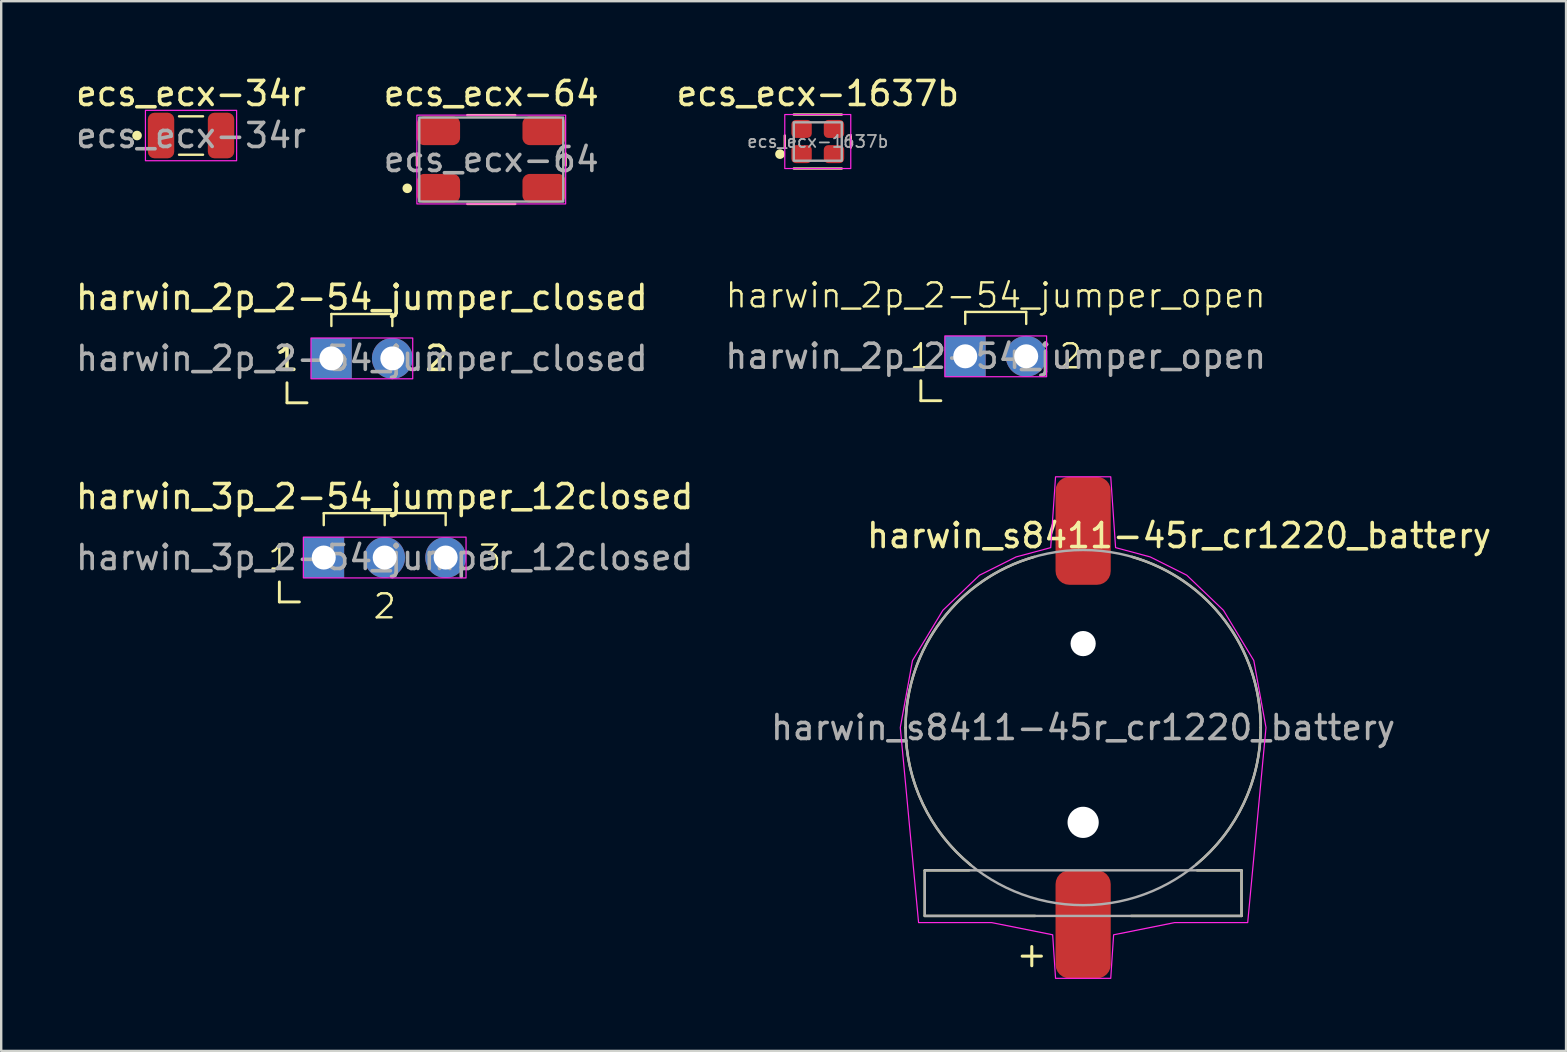
<source format=kicad_pcb>
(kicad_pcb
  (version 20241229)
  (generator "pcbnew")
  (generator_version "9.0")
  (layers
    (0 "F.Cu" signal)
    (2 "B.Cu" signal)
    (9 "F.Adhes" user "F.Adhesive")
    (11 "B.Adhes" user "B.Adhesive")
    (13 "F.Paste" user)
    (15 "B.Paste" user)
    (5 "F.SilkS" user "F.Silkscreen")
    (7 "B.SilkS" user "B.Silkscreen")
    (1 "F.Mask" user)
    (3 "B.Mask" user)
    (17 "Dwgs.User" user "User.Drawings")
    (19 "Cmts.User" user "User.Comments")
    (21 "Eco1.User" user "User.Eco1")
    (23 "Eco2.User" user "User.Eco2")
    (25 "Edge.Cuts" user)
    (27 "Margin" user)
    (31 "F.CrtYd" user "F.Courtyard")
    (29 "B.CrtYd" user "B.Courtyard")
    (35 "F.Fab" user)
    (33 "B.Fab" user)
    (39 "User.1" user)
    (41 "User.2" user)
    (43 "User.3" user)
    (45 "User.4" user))
  (footprint "harwin_s8411-45r_cr1220_battery"
    (layer "F.Cu")
    (at 42.089 27.271)
    (property "Reference" "harwin_s8411-45r_cr1220_battery" (at 4 -8 0) (unlocked yes) (layer "F.SilkS") (effects (font (size 1 1) (thickness 0.15))))
    (attr smd)
    (fp_line (start -6.6 5.95) (end -4.75 5.95) (stroke (width 0.1) (type default)) (layer "F.SilkS"))
    (fp_line (start -6.6 7.85) (end -6.6 5.95) (stroke (width 0.1) (type default)) (layer "F.SilkS"))
    (fp_line (start -2.54 9.525) (end -1.74 9.525) (stroke (width 0.127) (type solid)) (layer "F.SilkS"))
    (fp_line (start -2.14 9.925) (end -2.14 9.125) (stroke (width 0.127) (type solid)) (layer "F.SilkS"))
    (fp_line (start -2 7.85) (end -6.6 7.85) (stroke (width 0.1) (type default)) (layer "F.SilkS"))
    (fp_line (start 2 7.85) (end 6.6 7.85) (stroke (width 0.1) (type default)) (layer "F.SilkS"))
    (fp_line (start 6.6 5.95) (end 4.75 5.95) (stroke (width 0.1) (type default)) (layer "F.SilkS"))
    (fp_line (start 6.6 5.95) (end 6.6 7.85) (stroke (width 0.1) (type default)) (layer "F.SilkS"))
    (fp_arc (start -7.4 0) (mid -5.90778 -4.456247) (end -2.032936 -7.115277) (stroke (width 0.1) (type default)) (layer "F.SilkS"))
    (fp_arc (start -4.68596 5.727284) (mid -6.687156 3.168903) (end -7.4 0) (stroke (width 0.1) (type default)) (layer "F.SilkS"))
    (fp_arc (start 2.032936 -7.115277) (mid 5.90778 -4.456247) (end 7.4 0) (stroke (width 0.1) (type default)) (layer "F.SilkS"))
    (fp_arc (start 7.4 0) (mid 6.694611 3.153123) (end 4.712923 5.705117) (stroke (width 0.1) (type default)) (layer "F.SilkS"))
    (fp_poly (pts (xy 7.62 0) (xy 6.858 8.128) (xy 3.81 8.128) (xy 1.27 8.636) (xy 1.15 10.45) (xy -1.15 10.45) (xy -1.27 8.636) (xy -3.81 8.128) (xy -6.858 8.128) (xy -7.62 0) (xy -7.112 -2.794) (xy -5.847 -4.887) (xy -4.318 -6.35) (xy -2.794 -7.112) (xy -1.352 -7.499) (xy -1.15 -10.45) (xy 1.15 -10.45) (xy 1.352 -7.499) (xy 2.794 -7.112) (xy 4.318 -6.35) (xy 5.847 -4.887) (xy 7.112 -2.794)) (stroke (width 0.05) (type solid)) (fill no) (layer "F.CrtYd"))
    (fp_rect (start -6.6 5.95) (end 6.6 7.85) (stroke (width 0.1) (type default)) (fill no) (layer "F.Fab"))
    (fp_circle (center 0 0) (end 7.4 0) (stroke (width 0.1) (type default)) (fill no) (layer "F.Fab"))
    (fp_text user "${REFERENCE}" (at 0 0 0) (unlocked yes) (layer "F.Fab") (effects (font (size 1 1) (thickness 0.15))))
    (pad "" np_thru_hole circle (at 0 -3.5) (size 1.05 1.05) (drill 1.05) (layers "*.Cu" "*.Mask"))
    (pad "" np_thru_hole circle (at 0 3.95) (size 1.3 1.3) (drill 1.3) (layers "*.Cu" "*.Mask"))
    (pad "1" smd roundrect (at 0 -8.2) (size 2.3 4.5) (layers "F.Cu" "F.Mask" "F.Paste") (roundrect_rratio 0.25))
    (pad "2" smd roundrect (at 0 8.2) (size 2.3 4.5) (layers "F.Cu" "F.Mask" "F.Paste") (roundrect_rratio 0.25)))
  (footprint "ecs_ecx-1637b"
    (layer "F.Cu")
    (at 31.03 2.848)
    (property "Reference" "ecs_ecx-1637b" (at 0 -2 0) (layer "F.SilkS") (effects (font (size 1 1) (thickness 0.15))))
    (attr smd)
    (fp_line (start -1.375 -0.25) (end -1.375 0.25) (stroke (width 0.1) (type default)) (layer "F.SilkS"))
    (fp_line (start -1 -1.125) (end 1 -1.125) (stroke (width 0.1) (type default)) (layer "F.SilkS"))
    (fp_line (start -1 1.125) (end 1 1.125) (stroke (width 0.1) (type default)) (layer "F.SilkS"))
    (fp_line (start 1.375 -0.25) (end 1.375 0.25) (stroke (width 0.1) (type default)) (layer "F.SilkS"))
    (fp_circle (center -1.575 0.525) (end -1.375 0.525) (stroke (width 0) (type solid)) (fill yes) (layer "F.SilkS"))
    (fp_rect (start -1.375 -1.125) (end 1.375 1.125) (stroke (width 0.05) (type default)) (fill no) (layer "F.CrtYd"))
    (fp_rect (start -1 -0.8) (end 1 0.8) (stroke (width 0.1) (type solid)) (fill no) (layer "F.Fab"))
    (fp_text user "${REFERENCE}" (at 0 0 0) (layer "F.Fab") (effects (font (size 0.5 0.5) (thickness 0.075))))
    (pad "1" smd roundrect (at -0.675 0.525) (size 0.85 0.75) (layers "F.Cu" "F.Mask" "F.Paste") (roundrect_rratio 0.25))
    (pad "2" smd roundrect (at 0.675 0.525) (size 0.85 0.75) (layers "F.Cu" "F.Mask" "F.Paste") (roundrect_rratio 0.25))
    (pad "3" smd roundrect (at 0.675 -0.525) (size 0.85 0.75) (layers "F.Cu" "F.Mask" "F.Paste") (roundrect_rratio 0.25))
    (pad "4" smd roundrect (at -0.675 -0.525) (size 0.85 0.75) (layers "F.Cu" "F.Mask" "F.Paste") (roundrect_rratio 0.25)))
  (footprint "harwin_3p_2-54_jumper_12closed"
    (layer "F.Cu")
    (at 12.982 20.185)
    (property "Reference" "harwin_3p_2-54_jumper_12closed" (at 0 -2.54 0) (unlocked yes) (layer "F.SilkS") (effects (font (size 1 1) (thickness 0.15))))
    (attr through_hole)
    (fp_line (start -4.39 1.85) (end -4.39 1.016) (stroke (width 0.12) (type solid)) (layer "F.SilkS"))
    (fp_line (start -3.556 1.85) (end -4.39 1.85) (stroke (width 0.12) (type solid)) (layer "F.SilkS"))
    (fp_line (start -2.54 -1.85) (end -2.54 -1.35) (stroke (width 0.1) (type default)) (layer "F.SilkS"))
    (fp_line (start -2.54 -1.85) (end 2.54 -1.85) (stroke (width 0.1) (type default)) (layer "F.SilkS"))
    (fp_line (start 0 -1.85) (end 0 -1.35) (stroke (width 0.1) (type default)) (layer "F.SilkS"))
    (fp_line (start 2.54 -1.85) (end 2.54 -1.35) (stroke (width 0.1) (type default)) (layer "F.SilkS"))
    (fp_rect (start -3.39 -0.85) (end 3.39 0.85) (stroke (width 0.05) (type default)) (fill no) (layer "F.CrtYd"))
    (fp_text user "2" (at 0 2.032 0) (unlocked yes) (layer "F.SilkS") (effects (font (size 1 1) (thickness 0.1))))
    (fp_text user "1" (at -4.39 0 0) (unlocked yes) (layer "F.SilkS") (effects (font (size 1 1) (thickness 0.1))))
    (fp_text user "3" (at 4.39 0 0) (unlocked yes) (layer "F.SilkS") (effects (font (size 1 1) (thickness 0.1))))
    (fp_text user "${REFERENCE}" (at 0 0 0) (unlocked yes) (layer "F.Fab") (effects (font (size 1 1) (thickness 0.15))))
    (pad "1" thru_hole rect (at -2.54 0 90) (size 1.7 1.7) (drill 1) (layers "*.Cu" "*.Mask"))
    (pad "2" thru_hole oval (at 0 0 90) (size 1.7 1.7) (drill 1) (layers "*.Cu" "*.Mask"))
    (pad "3" thru_hole oval (at 2.54 0 90) (size 1.7 1.7) (drill 1) (layers "*.Cu" "*.Mask")))
  (footprint "ecs_ecx-64"
    (layer "F.Cu")
    (at 17.423 3.598)
    (property "Reference" "ecs_ecx-64" (at 0 -2.75 0) (layer "F.SilkS") (effects (font (size 1 1) (thickness 0.15))))
    (attr smd)
    (fp_line (start -3.1 -0.25) (end -3.1 0.25) (stroke (width 0.1) (type default)) (layer "F.SilkS"))
    (fp_line (start -1 -1.85) (end 1 -1.85) (stroke (width 0.1) (type default)) (layer "F.SilkS"))
    (fp_line (start -1 1.85) (end 1 1.85) (stroke (width 0.1) (type default)) (layer "F.SilkS"))
    (fp_line (start 3.1 -0.25) (end 3.1 0.25) (stroke (width 0.1) (type default)) (layer "F.SilkS"))
    (fp_circle (center -3.5 1.2) (end -3.3 1.2) (stroke (width 0) (type solid)) (fill yes) (layer "F.SilkS"))
    (fp_rect (start -3.1 -1.85) (end 3.1 1.85) (stroke (width 0.05) (type default)) (fill no) (layer "F.CrtYd"))
    (fp_rect (start -3 -1.75) (end 3 1.75) (stroke (width 0.1) (type default)) (fill no) (layer "F.Fab"))
    (fp_text user "${REFERENCE}" (at 0 0 0) (layer "F.Fab") (effects (font (size 1 1) (thickness 0.15))))
    (pad "1" smd roundrect (at -2.2 1.2) (size 1.8 1.2) (layers "F.Cu" "F.Mask" "F.Paste") (roundrect_rratio 0.25))
    (pad "2" smd roundrect (at 2.2 1.2) (size 1.8 1.2) (layers "F.Cu" "F.Mask" "F.Paste") (roundrect_rratio 0.25))
    (pad "3" smd roundrect (at 2.2 -1.2) (size 1.8 1.2) (layers "F.Cu" "F.Mask" "F.Paste") (roundrect_rratio 0.25))
    (pad "4" smd roundrect (at -2.2 -1.2) (size 1.8 1.2) (layers "F.Cu" "F.Mask" "F.Paste") (roundrect_rratio 0.25)))
  (footprint "harwin_2p_2-54_jumper_open"
    (layer "F.Cu")
    (at 38.446 11.799)
    (property "Reference" "harwin_2p_2-54_jumper_open" (at 0 -2.54 0) (unlocked yes) (layer "F.SilkS") (effects (font (size 1 1) (thickness 0.1))))
    (attr through_hole)
    (fp_line (start -3.12 1.85) (end -3.12 1.016) (stroke (width 0.12) (type solid)) (layer "F.SilkS"))
    (fp_line (start -2.286 1.85) (end -3.12 1.85) (stroke (width 0.12) (type solid)) (layer "F.SilkS"))
    (fp_line (start -1.27 -1.85) (end 1.27 -1.85) (stroke (width 0.1) (type default)) (layer "F.SilkS"))
    (fp_line (start -1.27 -1.35) (end -1.27 -1.85) (stroke (width 0.1) (type default)) (layer "F.SilkS"))
    (fp_line (start 1.27 -1.85) (end 1.27 -1.35) (stroke (width 0.1) (type default)) (layer "F.SilkS"))
    (fp_rect (start -2.12 -0.85) (end 2.12 0.85) (stroke (width 0.05) (type default)) (fill no) (layer "F.CrtYd"))
    (fp_text user "1" (at -3.12 0 0) (unlocked yes) (layer "F.SilkS") (effects (font (size 1 1) (thickness 0.1))))
    (fp_text user "2" (at 3.12 0 0) (unlocked yes) (layer "F.SilkS") (effects (font (size 1 1) (thickness 0.1))))
    (fp_text user "${REFERENCE}" (at 0 0 0) (unlocked yes) (layer "F.Fab") (effects (font (size 1 1) (thickness 0.15))))
    (pad "1" thru_hole rect (at -1.27 0 90) (size 1.7 1.7) (drill 1) (layers "*.Cu" "*.Mask"))
    (pad "2" thru_hole oval (at 1.27 0 90) (size 1.7 1.7) (drill 1) (layers "*.Cu" "*.Mask")))
  (footprint "ecs_ecx-34r"
    (layer "F.Cu")
    (at 4.911 2.598)
    (property "Reference" "ecs_ecx-34r" (at 0 -1.75 0) (layer "F.SilkS") (effects (font (size 1 1) (thickness 0.15))))
    (attr smd)
    (fp_line (start -0.5 -0.8) (end 0.5 -0.8) (stroke (width 0.1) (type default)) (layer "F.SilkS"))
    (fp_line (start -0.5 0.8) (end 0.5 0.8) (stroke (width 0.1) (type default)) (layer "F.SilkS"))
    (fp_circle (center -2.25 0) (end -2.05 0) (stroke (width 0) (type solid)) (fill yes) (layer "F.SilkS"))
    (fp_rect (start -1.9 -1.05) (end 1.9 1.05) (stroke (width 0.05) (type default)) (fill no) (layer "F.CrtYd"))
    (fp_text user "${REFERENCE}" (at 0 0 0) (layer "F.Fab") (effects (font (size 1 1) (thickness 0.15))))
    (pad "1" smd roundrect (at -1.25 0) (size 1.1 1.9) (layers "F.Cu" "F.Mask" "F.Paste") (roundrect_rratio 0.25))
    (pad "2" smd roundrect (at 1.25 0) (size 1.1 1.9) (layers "F.Cu" "F.Mask" "F.Paste") (roundrect_rratio 0.25)))
  (footprint "harwin_2p_2-54_jumper_closed"
    (layer "F.Cu")
    (at 12.03 11.886)
    (property "Reference" "harwin_2p_2-54_jumper_closed" (at 0 -2.54 0) (unlocked yes) (layer "F.SilkS") (effects (font (size 1 1) (thickness 0.15))))
    (attr through_hole)
    (fp_line (start -3.12 1.85) (end -3.12 1.016) (stroke (width 0.12) (type solid)) (layer "F.SilkS"))
    (fp_line (start -2.286 1.85) (end -3.12 1.85) (stroke (width 0.12) (type solid)) (layer "F.SilkS"))
    (fp_line (start -1.27 -1.85) (end 1.27 -1.85) (stroke (width 0.1) (type default)) (layer "F.SilkS"))
    (fp_line (start -1.27 -1.35) (end -1.27 -1.85) (stroke (width 0.1) (type default)) (layer "F.SilkS"))
    (fp_line (start 1.27 -1.85) (end 1.27 -1.35) (stroke (width 0.1) (type default)) (layer "F.SilkS"))
    (fp_rect (start -2.12 -0.85) (end 2.12 0.85) (stroke (width 0.05) (type default)) (fill no) (layer "F.CrtYd"))
    (fp_text user "2" (at 3.12 0 0) (unlocked yes) (layer "F.SilkS") (effects (font (size 1 1) (thickness 0.15))))
    (fp_text user "1" (at -3.12 0 0) (unlocked yes) (layer "F.SilkS") (effects (font (size 1 1) (thickness 0.15))))
    (fp_text user "${REFERENCE}" (at 0 0 0) (unlocked yes) (layer "F.Fab") (effects (font (size 1 1) (thickness 0.15))))
    (pad "1" thru_hole rect (at -1.27 0 90) (size 1.7 1.7) (drill 1) (layers "*.Cu" "*.Mask"))
    (pad "2" thru_hole oval (at 1.27 0 90) (size 1.7 1.7) (drill 1) (layers "*.Cu" "*.Mask")))
  (gr_rect
    (start -3 -3)
    (end 62.214 40.746)
    (stroke (width 0.1) (type default))
    (fill no)
    (layer "Edge.Cuts")))
</source>
